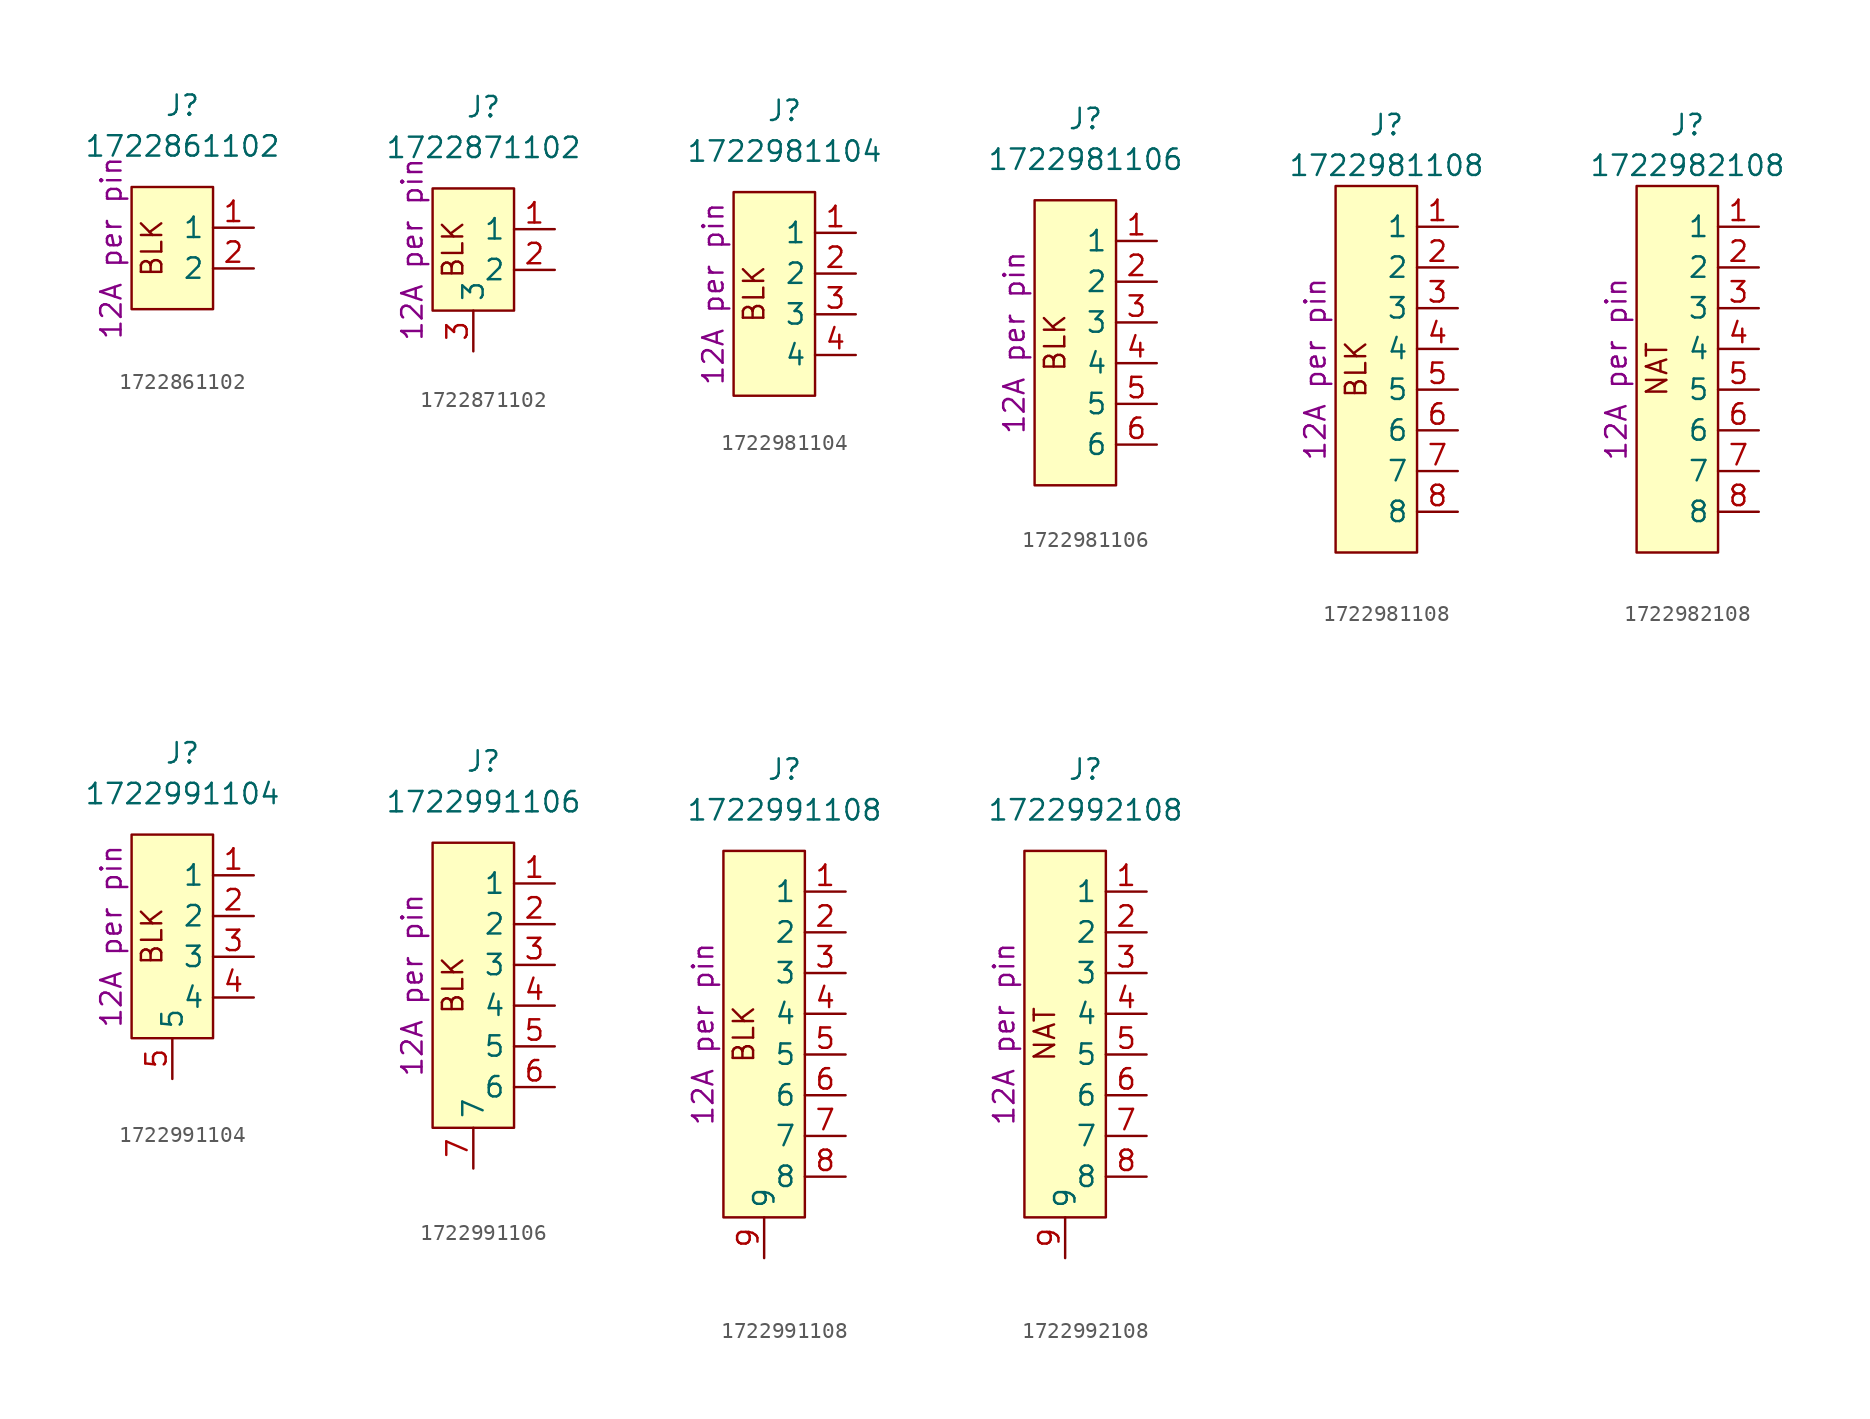
<source format=kicad_sym>
(kicad_symbol_lib
  (version 20210619)
  (generator kicad_symbol_editor)
  (symbol "ulib_Connectors_UltraFit:1722861102"
    (property "Reference" "J"
      (at 0.635 7.62 0)
      (effects (font (size 1.27 1.27))))
    (property "Value" "1722861102"
      (at 0.635 5.08 0)
      (effects (font (size 1.27 1.27))))
    (property "Current" "12A per pin"
      (at -3.81 -1.27 90)
      (effects (font (size 1.27 1.27))))
    (symbol "1722861102_0_0"
      (text "BLK" (at -1.27 -1.27 900) (effects (font (size 1.27 1.27)))))
    (symbol "1722861102_0_1"
      (rectangle (start -2.54 2.54) (end 2.54 -5.08) (stroke (width 0.152)) (fill (type background))))
    (symbol "1722861102_1_1"
      (pin power_in line (at 5.08 0 180) (length 2.54) (name "1" (effects (font (size 1.27 1.27)))) (number "1" (effects (font (size 1.27 1.27)))))
      (pin power_in line (at 5.08 -2.54 180) (length 2.54) (name "2" (effects (font (size 1.27 1.27)))) (number "2" (effects (font (size 1.27 1.27)))))))
  (symbol "ulib_Connectors_UltraFit:1722871102"
    (property "Reference" "J"
      (at 0.635 7.62 0)
      (effects (font (size 1.27 1.27))))
    (property "Value" "1722871102"
      (at 0.635 5.08 0)
      (effects (font (size 1.27 1.27))))
    (property "Current" "12A per pin"
      (at -3.81 -1.27 90)
      (effects (font (size 1.27 1.27))))
    (symbol "1722871102_0_0"
      (text "BLK" (at -1.27 -1.27 900) (effects (font (size 1.27 1.27)))))
    (symbol "1722871102_0_1"
      (rectangle (start -2.54 2.54) (end 2.54 -5.08) (stroke (width 0.152)) (fill (type background))))
    (symbol "1722871102_1_1"
      (pin power_in line (at 5.08 0 180) (length 2.54) (name "1" (effects (font (size 1.27 1.27)))) (number "1" (effects (font (size 1.27 1.27)))))
      (pin power_in line (at 5.08 -2.54 180) (length 2.54) (name "2" (effects (font (size 1.27 1.27)))) (number "2" (effects (font (size 1.27 1.27)))))
      (pin passive line (at 0 -7.62 90) (length 2.54) (name "3" (effects (font (size 1.27 1.27)))) (number "3" (effects (font (size 1.27 1.27)))))))
  (symbol "ulib_Connectors_UltraFit:1722981104"
    (property "Reference" "J"
      (at 0.635 7.62 0)
      (effects (font (size 1.27 1.27))))
    (property "Value" "1722981104"
      (at 0.635 5.08 0)
      (effects (font (size 1.27 1.27))))
    (property "Current" "12A per pin"
      (at -3.81 -3.81 90)
      (effects (font (size 1.27 1.27))))
    (symbol "1722981104_0_0"
      (text "BLK" (at -1.27 -3.81 900) (effects (font (size 1.27 1.27)))))
    (symbol "1722981104_0_1"
      (rectangle (start 2.54 2.54) (end -2.54 -10.16) (stroke (width 0.152)) (fill (type background))))
    (symbol "1722981104_1_1"
      (pin power_in line (at 5.08 0 180) (length 2.54) (name "1" (effects (font (size 1.27 1.27)))) (number "1" (effects (font (size 1.27 1.27)))))
      (pin power_in line (at 5.08 -2.54 180) (length 2.54) (name "2" (effects (font (size 1.27 1.27)))) (number "2" (effects (font (size 1.27 1.27)))))
      (pin power_in line (at 5.08 -5.08 180) (length 2.54) (name "3" (effects (font (size 1.27 1.27)))) (number "3" (effects (font (size 1.27 1.27)))))
      (pin power_in line (at 5.08 -7.62 180) (length 2.54) (name "4" (effects (font (size 1.27 1.27)))) (number "4" (effects (font (size 1.27 1.27)))))))
  (symbol "ulib_Connectors_UltraFit:1722981106"
    (property "Reference" "J"
      (at 0.635 7.62 0)
      (effects (font (size 1.27 1.27))))
    (property "Value" "1722981106"
      (at 0.635 5.08 0)
      (effects (font (size 1.27 1.27))))
    (property "Current" "12A per pin"
      (at -3.81 -6.35 90)
      (effects (font (size 1.27 1.27))))
    (symbol "1722981106_0_0"
      (text "BLK" (at -1.27 -6.35 900) (effects (font (size 1.27 1.27)))))
    (symbol "1722981106_0_1"
      (rectangle (start -2.54 2.54) (end 2.54 -15.24) (stroke (width 0.152)) (fill (type background))))
    (symbol "1722981106_1_1"
      (pin power_in line (at 5.08 0 180) (length 2.54) (name "1" (effects (font (size 1.27 1.27)))) (number "1" (effects (font (size 1.27 1.27)))))
      (pin power_in line (at 5.08 -2.54 180) (length 2.54) (name "2" (effects (font (size 1.27 1.27)))) (number "2" (effects (font (size 1.27 1.27)))))
      (pin power_in line (at 5.08 -5.08 180) (length 2.54) (name "3" (effects (font (size 1.27 1.27)))) (number "3" (effects (font (size 1.27 1.27)))))
      (pin power_in line (at 5.08 -7.62 180) (length 2.54) (name "4" (effects (font (size 1.27 1.27)))) (number "4" (effects (font (size 1.27 1.27)))))
      (pin power_out line (at 5.08 -10.16 180) (length 2.54) (name "5" (effects (font (size 1.27 1.27)))) (number "5" (effects (font (size 1.27 1.27)))))
      (pin power_in line (at 5.08 -12.7 180) (length 2.54) (name "6" (effects (font (size 1.27 1.27)))) (number "6" (effects (font (size 1.27 1.27)))))))
  (symbol "ulib_Connectors_UltraFit:1722981108"
    (property "Reference" "J"
      (at 0.635 11.43 0)
      (effects (font (size 1.27 1.27))))
    (property "Value" "1722981108"
      (at 0.635 8.89 0)
      (effects (font (size 1.27 1.27))))
    (property "Current" "12A per pin"
      (at -3.81 -3.81 90)
      (effects (font (size 1.27 1.27))))
    (symbol "1722981108_0_0"
      (text "BLK" (at -1.27 -3.81 900) (effects (font (size 1.27 1.27)))))
    (symbol "1722981108_0_1"
      (rectangle (start -2.54 7.62) (end 2.54 -15.24) (stroke (width 0.152)) (fill (type background))))
    (symbol "1722981108_1_1"
      (pin power_in line (at 5.08 5.08 180) (length 2.54) (name "1" (effects (font (size 1.27 1.27)))) (number "1" (effects (font (size 1.27 1.27)))))
      (pin power_in line (at 5.08 2.54 180) (length 2.54) (name "2" (effects (font (size 1.27 1.27)))) (number "2" (effects (font (size 1.27 1.27)))))
      (pin power_in line (at 5.08 0 180) (length 2.54) (name "3" (effects (font (size 1.27 1.27)))) (number "3" (effects (font (size 1.27 1.27)))))
      (pin power_in line (at 5.08 -2.54 180) (length 2.54) (name "4" (effects (font (size 1.27 1.27)))) (number "4" (effects (font (size 1.27 1.27)))))
      (pin power_in line (at 5.08 -5.08 180) (length 2.54) (name "5" (effects (font (size 1.27 1.27)))) (number "5" (effects (font (size 1.27 1.27)))))
      (pin power_in line (at 5.08 -7.62 180) (length 2.54) (name "6" (effects (font (size 1.27 1.27)))) (number "6" (effects (font (size 1.27 1.27)))))
      (pin power_in line (at 5.08 -10.16 180) (length 2.54) (name "7" (effects (font (size 1.27 1.27)))) (number "7" (effects (font (size 1.27 1.27)))))
      (pin power_in line (at 5.08 -12.7 180) (length 2.54) (name "8" (effects (font (size 1.27 1.27)))) (number "8" (effects (font (size 1.27 1.27)))))))
  (symbol "ulib_Connectors_UltraFit:1722982108"
    (property "Reference" "J"
      (at 0.635 11.43 0)
      (effects (font (size 1.27 1.27))))
    (property "Value" "1722982108"
      (at 0.635 8.89 0)
      (effects (font (size 1.27 1.27))))
    (property "Current" "12A per pin"
      (at -3.81 -3.81 90)
      (effects (font (size 1.27 1.27))))
    (symbol "1722982108_0_0"
      (text "NAT" (at -1.27 -3.81 900) (effects (font (size 1.27 1.27)))))
    (symbol "1722982108_0_1"
      (rectangle (start -2.54 7.62) (end 2.54 -15.24) (stroke (width 0.152)) (fill (type background))))
    (symbol "1722982108_1_1"
      (pin power_out line (at 5.08 5.08 180) (length 2.54) (name "1" (effects (font (size 1.27 1.27)))) (number "1" (effects (font (size 1.27 1.27)))))
      (pin power_out line (at 5.08 2.54 180) (length 2.54) (name "2" (effects (font (size 1.27 1.27)))) (number "2" (effects (font (size 1.27 1.27)))))
      (pin power_out line (at 5.08 0 180) (length 2.54) (name "3" (effects (font (size 1.27 1.27)))) (number "3" (effects (font (size 1.27 1.27)))))
      (pin power_out line (at 5.08 -2.54 180) (length 2.54) (name "4" (effects (font (size 1.27 1.27)))) (number "4" (effects (font (size 1.27 1.27)))))
      (pin power_out line (at 5.08 -5.08 180) (length 2.54) (name "5" (effects (font (size 1.27 1.27)))) (number "5" (effects (font (size 1.27 1.27)))))
      (pin power_out line (at 5.08 -7.62 180) (length 2.54) (name "6" (effects (font (size 1.27 1.27)))) (number "6" (effects (font (size 1.27 1.27)))))
      (pin power_out line (at 5.08 -10.16 180) (length 2.54) (name "7" (effects (font (size 1.27 1.27)))) (number "7" (effects (font (size 1.27 1.27)))))
      (pin power_out line (at 5.08 -12.7 180) (length 2.54) (name "8" (effects (font (size 1.27 1.27)))) (number "8" (effects (font (size 1.27 1.27)))))))
  (symbol "ulib_Connectors_UltraFit:1722991104"
    (property "Reference" "J"
      (at 0.635 7.62 0)
      (effects (font (size 1.27 1.27))))
    (property "Value" "1722991104"
      (at 0.635 5.08 0)
      (effects (font (size 1.27 1.27))))
    (property "Current" "12A per pin"
      (at -3.81 -3.81 90)
      (effects (font (size 1.27 1.27))))
    (symbol "1722991104_0_0"
      (text "BLK" (at -1.27 -3.81 900) (effects (font (size 1.27 1.27)))))
    (symbol "1722991104_0_1"
      (rectangle (start -2.54 2.54) (end 2.54 -10.16) (stroke (width 0.152)) (fill (type background))))
    (symbol "1722991104_1_1"
      (pin power_in line (at 5.08 0 180) (length 2.54) (name "1" (effects (font (size 1.27 1.27)))) (number "1" (effects (font (size 1.27 1.27)))))
      (pin power_in line (at 5.08 -2.54 180) (length 2.54) (name "2" (effects (font (size 1.27 1.27)))) (number "2" (effects (font (size 1.27 1.27)))))
      (pin power_in line (at 5.08 -5.08 180) (length 2.54) (name "3" (effects (font (size 1.27 1.27)))) (number "3" (effects (font (size 1.27 1.27)))))
      (pin power_in line (at 5.08 -7.62 180) (length 2.54) (name "4" (effects (font (size 1.27 1.27)))) (number "4" (effects (font (size 1.27 1.27)))))
      (pin passive line (at 0 -12.7 90) (length 2.54) (name "5" (effects (font (size 1.27 1.27)))) (number "5" (effects (font (size 1.27 1.27)))))))
  (symbol "ulib_Connectors_UltraFit:1722991106"
    (property "Reference" "J"
      (at 0.635 10.16 0)
      (effects (font (size 1.27 1.27))))
    (property "Value" "1722991106"
      (at 0.635 7.62 0)
      (effects (font (size 1.27 1.27))))
    (property "Current" "12A per pin"
      (at -3.81 -3.81 90)
      (effects (font (size 1.27 1.27))))
    (symbol "1722991106_0_0"
      (text "BLK" (at -1.27 -3.81 900) (effects (font (size 1.27 1.27)))))
    (symbol "1722991106_0_1"
      (rectangle (start -2.54 5.08) (end 2.54 -12.7) (stroke (width 0.152)) (fill (type background))))
    (symbol "1722991106_1_1"
      (pin power_in line (at 5.08 2.54 180) (length 2.54) (name "1" (effects (font (size 1.27 1.27)))) (number "1" (effects (font (size 1.27 1.27)))))
      (pin power_in line (at 5.08 0 180) (length 2.54) (name "2" (effects (font (size 1.27 1.27)))) (number "2" (effects (font (size 1.27 1.27)))))
      (pin power_in line (at 5.08 -2.54 180) (length 2.54) (name "3" (effects (font (size 1.27 1.27)))) (number "3" (effects (font (size 1.27 1.27)))))
      (pin power_in line (at 5.08 -5.08 180) (length 2.54) (name "4" (effects (font (size 1.27 1.27)))) (number "4" (effects (font (size 1.27 1.27)))))
      (pin power_in line (at 5.08 -7.62 180) (length 2.54) (name "5" (effects (font (size 1.27 1.27)))) (number "5" (effects (font (size 1.27 1.27)))))
      (pin power_in line (at 5.08 -10.16 180) (length 2.54) (name "6" (effects (font (size 1.27 1.27)))) (number "6" (effects (font (size 1.27 1.27)))))
      (pin passive line (at 0 -15.24 90) (length 2.54) (name "7" (effects (font (size 1.27 1.27)))) (number "7" (effects (font (size 1.27 1.27)))))))
  (symbol "ulib_Connectors_UltraFit:1722991108"
    (property "Reference" "J"
      (at 1.27 15.24 0)
      (effects (font (size 1.27 1.27))))
    (property "Value" "1722991108"
      (at 1.27 12.7 0)
      (effects (font (size 1.27 1.27))))
    (property "Current" "12A per pin"
      (at -3.81 -1.27 90)
      (effects (font (size 1.27 1.27))))
    (symbol "1722991108_0_0"
      (text "BLK" (at -1.27 -1.27 900) (effects (font (size 1.27 1.27)))))
    (symbol "1722991108_0_1"
      (rectangle (start -2.54 10.16) (end 2.54 -12.7) (stroke (width 0.152)) (fill (type background))))
    (symbol "1722991108_1_1"
      (pin power_in line (at 5.08 7.62 180) (length 2.54) (name "1" (effects (font (size 1.27 1.27)))) (number "1" (effects (font (size 1.27 1.27)))))
      (pin power_in line (at 5.08 5.08 180) (length 2.54) (name "2" (effects (font (size 1.27 1.27)))) (number "2" (effects (font (size 1.27 1.27)))))
      (pin power_in line (at 5.08 2.54 180) (length 2.54) (name "3" (effects (font (size 1.27 1.27)))) (number "3" (effects (font (size 1.27 1.27)))))
      (pin power_in line (at 5.08 0 180) (length 2.54) (name "4" (effects (font (size 1.27 1.27)))) (number "4" (effects (font (size 1.27 1.27)))))
      (pin power_in line (at 5.08 -2.54 180) (length 2.54) (name "5" (effects (font (size 1.27 1.27)))) (number "5" (effects (font (size 1.27 1.27)))))
      (pin power_in line (at 5.08 -5.08 180) (length 2.54) (name "6" (effects (font (size 1.27 1.27)))) (number "6" (effects (font (size 1.27 1.27)))))
      (pin power_in line (at 5.08 -7.62 180) (length 2.54) (name "7" (effects (font (size 1.27 1.27)))) (number "7" (effects (font (size 1.27 1.27)))))
      (pin power_in line (at 5.08 -10.16 180) (length 2.54) (name "8" (effects (font (size 1.27 1.27)))) (number "8" (effects (font (size 1.27 1.27)))))
      (pin passive line (at 0 -15.24 90) (length 2.54) (name "9" (effects (font (size 1.27 1.27)))) (number "9" (effects (font (size 1.27 1.27)))))))
  (symbol "ulib_Connectors_UltraFit:1722992108"
    (property "Reference" "J"
      (at 1.27 15.24 0)
      (effects (font (size 1.27 1.27))))
    (property "Value" "1722992108"
      (at 1.27 12.7 0)
      (effects (font (size 1.27 1.27))))
    (property "Current" "12A per pin"
      (at -3.81 -1.27 90)
      (effects (font (size 1.27 1.27))))
    (symbol "1722992108_0_0"
      (text "NAT" (at -1.27 -1.27 900) (effects (font (size 1.27 1.27)))))
    (symbol "1722992108_0_1"
      (rectangle (start -2.54 10.16) (end 2.54 -12.7) (stroke (width 0.152)) (fill (type background))))
    (symbol "1722992108_1_1"
      (pin power_out line (at 5.08 7.62 180) (length 2.54) (name "1" (effects (font (size 1.27 1.27)))) (number "1" (effects (font (size 1.27 1.27)))))
      (pin power_out line (at 5.08 5.08 180) (length 2.54) (name "2" (effects (font (size 1.27 1.27)))) (number "2" (effects (font (size 1.27 1.27)))))
      (pin power_out line (at 5.08 2.54 180) (length 2.54) (name "3" (effects (font (size 1.27 1.27)))) (number "3" (effects (font (size 1.27 1.27)))))
      (pin power_out line (at 5.08 0 180) (length 2.54) (name "4" (effects (font (size 1.27 1.27)))) (number "4" (effects (font (size 1.27 1.27)))))
      (pin power_out line (at 5.08 -2.54 180) (length 2.54) (name "5" (effects (font (size 1.27 1.27)))) (number "5" (effects (font (size 1.27 1.27)))))
      (pin power_out line (at 5.08 -5.08 180) (length 2.54) (name "6" (effects (font (size 1.27 1.27)))) (number "6" (effects (font (size 1.27 1.27)))))
      (pin power_out line (at 5.08 -7.62 180) (length 2.54) (name "7" (effects (font (size 1.27 1.27)))) (number "7" (effects (font (size 1.27 1.27)))))
      (pin power_out line (at 5.08 -10.16 180) (length 2.54) (name "8" (effects (font (size 1.27 1.27)))) (number "8" (effects (font (size 1.27 1.27)))))
      (pin passive line (at 0 -15.24 90) (length 2.54) (name "9" (effects (font (size 1.27 1.27)))) (number "9" (effects (font (size 1.27 1.27))))))))
</source>
